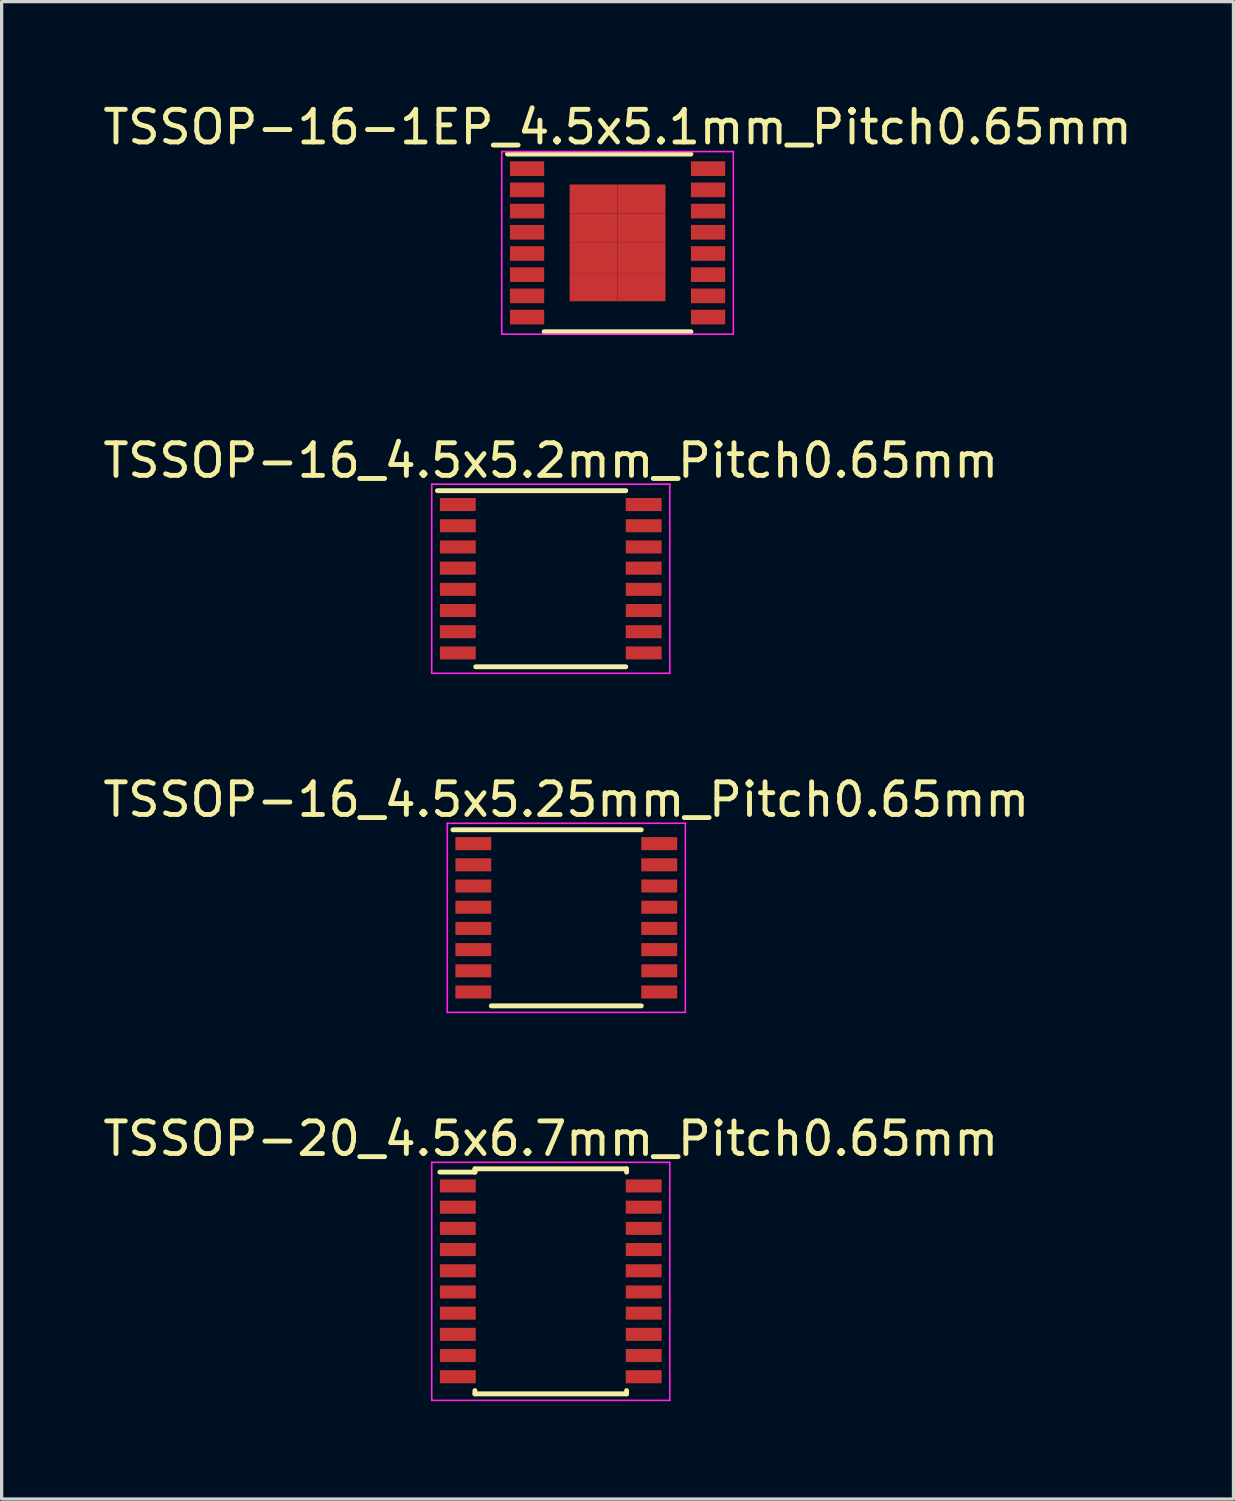
<source format=kicad_pcb>
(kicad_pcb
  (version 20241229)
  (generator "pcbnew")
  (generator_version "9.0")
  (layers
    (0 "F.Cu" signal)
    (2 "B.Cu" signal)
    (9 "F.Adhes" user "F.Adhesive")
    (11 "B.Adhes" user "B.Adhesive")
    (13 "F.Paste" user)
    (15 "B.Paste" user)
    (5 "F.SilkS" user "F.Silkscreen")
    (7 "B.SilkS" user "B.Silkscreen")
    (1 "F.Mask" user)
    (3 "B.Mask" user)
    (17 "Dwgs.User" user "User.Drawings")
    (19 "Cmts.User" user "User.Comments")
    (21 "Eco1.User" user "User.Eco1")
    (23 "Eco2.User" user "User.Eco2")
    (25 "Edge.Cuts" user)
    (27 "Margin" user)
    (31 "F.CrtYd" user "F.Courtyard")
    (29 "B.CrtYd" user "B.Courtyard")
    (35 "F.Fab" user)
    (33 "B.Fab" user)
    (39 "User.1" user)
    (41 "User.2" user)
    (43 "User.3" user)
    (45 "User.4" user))
  (footprint "TSSOP-20_4.5x6.7mm_Pitch0.65mm"
    (layer "F.Cu")
    (at 13.839 36.243)
    (property "Reference" "TSSOP-20_4.5x6.7mm_Pitch0.65mm" (at 0 -4.375 0) (layer "F.SilkS") (effects (font (size 1 1) (thickness 0.15))))
    (attr smd)
    (fp_line (start -2.325 -3.45) (end -2.325 -3.35) (stroke (width 0.15) (type solid)) (layer "F.SilkS"))
    (fp_line (start -2.325 -3.45) (end 2.325 -3.45) (stroke (width 0.15) (type solid)) (layer "F.SilkS"))
    (fp_line (start -2.325 -3.35) (end -3.4 -3.35) (stroke (width 0.15) (type solid)) (layer "F.SilkS"))
    (fp_line (start -2.325 3.45) (end -2.325 3.35) (stroke (width 0.15) (type solid)) (layer "F.SilkS"))
    (fp_line (start -2.325 3.45) (end 2.325 3.45) (stroke (width 0.15) (type solid)) (layer "F.SilkS"))
    (fp_line (start 2.325 -3.45) (end 2.325 -3.35) (stroke (width 0.15) (type solid)) (layer "F.SilkS"))
    (fp_line (start 2.325 3.45) (end 2.325 3.35) (stroke (width 0.15) (type solid)) (layer "F.SilkS"))
    (fp_line (start -3.65 -3.65) (end -3.65 3.65) (stroke (width 0.05) (type solid)) (layer "F.CrtYd"))
    (fp_line (start -3.65 -3.65) (end 3.65 -3.65) (stroke (width 0.05) (type solid)) (layer "F.CrtYd"))
    (fp_line (start -3.65 3.65) (end 3.65 3.65) (stroke (width 0.05) (type solid)) (layer "F.CrtYd"))
    (fp_line (start 3.65 -3.65) (end 3.65 3.65) (stroke (width 0.05) (type solid)) (layer "F.CrtYd"))
    (pad "1" smd rect (at -2.85 -2.925) (size 1.1 0.4) (layers "F.Cu" "F.Mask" "F.Paste"))
    (pad "2" smd rect (at -2.85 -2.275) (size 1.1 0.4) (layers "F.Cu" "F.Mask" "F.Paste"))
    (pad "3" smd rect (at -2.85 -1.625) (size 1.1 0.4) (layers "F.Cu" "F.Mask" "F.Paste"))
    (pad "4" smd rect (at -2.85 -0.975) (size 1.1 0.4) (layers "F.Cu" "F.Mask" "F.Paste"))
    (pad "5" smd rect (at -2.85 -0.325) (size 1.1 0.4) (layers "F.Cu" "F.Mask" "F.Paste"))
    (pad "6" smd rect (at -2.85 0.325) (size 1.1 0.4) (layers "F.Cu" "F.Mask" "F.Paste"))
    (pad "7" smd rect (at -2.85 0.975) (size 1.1 0.4) (layers "F.Cu" "F.Mask" "F.Paste"))
    (pad "8" smd rect (at -2.85 1.625) (size 1.1 0.4) (layers "F.Cu" "F.Mask" "F.Paste"))
    (pad "9" smd rect (at -2.85 2.275) (size 1.1 0.4) (layers "F.Cu" "F.Mask" "F.Paste"))
    (pad "10" smd rect (at -2.85 2.925) (size 1.1 0.4) (layers "F.Cu" "F.Mask" "F.Paste"))
    (pad "11" smd rect (at 2.85 2.925) (size 1.1 0.4) (layers "F.Cu" "F.Mask" "F.Paste"))
    (pad "12" smd rect (at 2.85 2.275) (size 1.1 0.4) (layers "F.Cu" "F.Mask" "F.Paste"))
    (pad "13" smd rect (at 2.85 1.625) (size 1.1 0.4) (layers "F.Cu" "F.Mask" "F.Paste"))
    (pad "14" smd rect (at 2.85 0.975) (size 1.1 0.4) (layers "F.Cu" "F.Mask" "F.Paste"))
    (pad "15" smd rect (at 2.85 0.325) (size 1.1 0.4) (layers "F.Cu" "F.Mask" "F.Paste"))
    (pad "16" smd rect (at 2.85 -0.325) (size 1.1 0.4) (layers "F.Cu" "F.Mask" "F.Paste"))
    (pad "17" smd rect (at 2.85 -0.975) (size 1.1 0.4) (layers "F.Cu" "F.Mask" "F.Paste"))
    (pad "18" smd rect (at 2.85 -1.625) (size 1.1 0.4) (layers "F.Cu" "F.Mask" "F.Paste"))
    (pad "19" smd rect (at 2.85 -2.275) (size 1.1 0.4) (layers "F.Cu" "F.Mask" "F.Paste"))
    (pad "20" smd rect (at 2.85 -2.925) (size 1.1 0.4) (layers "F.Cu" "F.Mask" "F.Paste")))
  (footprint "TSSOP-16_4.5x5.2mm_Pitch0.65mm"
    (layer "F.Cu")
    (at 13.839 14.697)
    (property "Reference" "TSSOP-16_4.5x5.2mm_Pitch0.65mm" (at 0 -3.625 0) (layer "F.SilkS") (effects (font (size 1 1) (thickness 0.15))))
    (attr smd)
    (fp_line (start -3.475 -2.7) (end 2.3 -2.7) (stroke (width 0.15) (type solid)) (layer "F.SilkS"))
    (fp_line (start -2.3 2.7) (end 2.3 2.7) (stroke (width 0.15) (type solid)) (layer "F.SilkS"))
    (fp_line (start -3.65 -2.9) (end -3.65 2.9) (stroke (width 0.05) (type solid)) (layer "F.CrtYd"))
    (fp_line (start -3.65 -2.9) (end 3.65 -2.9) (stroke (width 0.05) (type solid)) (layer "F.CrtYd"))
    (fp_line (start -3.65 2.9) (end 3.65 2.9) (stroke (width 0.05) (type solid)) (layer "F.CrtYd"))
    (fp_line (start 3.65 -2.9) (end 3.65 2.9) (stroke (width 0.05) (type solid)) (layer "F.CrtYd"))
    (pad "1" smd rect (at -2.85 -2.275) (size 1.1 0.4) (layers "F.Cu" "F.Mask" "F.Paste"))
    (pad "2" smd rect (at -2.85 -1.625) (size 1.1 0.4) (layers "F.Cu" "F.Mask" "F.Paste"))
    (pad "3" smd rect (at -2.85 -0.975) (size 1.1 0.4) (layers "F.Cu" "F.Mask" "F.Paste"))
    (pad "4" smd rect (at -2.85 -0.325) (size 1.1 0.4) (layers "F.Cu" "F.Mask" "F.Paste"))
    (pad "5" smd rect (at -2.85 0.325) (size 1.1 0.4) (layers "F.Cu" "F.Mask" "F.Paste"))
    (pad "6" smd rect (at -2.85 0.975) (size 1.1 0.4) (layers "F.Cu" "F.Mask" "F.Paste"))
    (pad "7" smd rect (at -2.85 1.625) (size 1.1 0.4) (layers "F.Cu" "F.Mask" "F.Paste"))
    (pad "8" smd rect (at -2.85 2.275) (size 1.1 0.4) (layers "F.Cu" "F.Mask" "F.Paste"))
    (pad "9" smd rect (at 2.85 2.275) (size 1.1 0.4) (layers "F.Cu" "F.Mask" "F.Paste"))
    (pad "10" smd rect (at 2.85 1.625) (size 1.1 0.4) (layers "F.Cu" "F.Mask" "F.Paste"))
    (pad "11" smd rect (at 2.85 0.975) (size 1.1 0.4) (layers "F.Cu" "F.Mask" "F.Paste"))
    (pad "12" smd rect (at 2.85 0.325) (size 1.1 0.4) (layers "F.Cu" "F.Mask" "F.Paste"))
    (pad "13" smd rect (at 2.85 -0.325) (size 1.1 0.4) (layers "F.Cu" "F.Mask" "F.Paste"))
    (pad "14" smd rect (at 2.85 -0.975) (size 1.1 0.4) (layers "F.Cu" "F.Mask" "F.Paste"))
    (pad "15" smd rect (at 2.85 -1.625) (size 1.1 0.4) (layers "F.Cu" "F.Mask" "F.Paste"))
    (pad "16" smd rect (at 2.85 -2.275) (size 1.1 0.4) (layers "F.Cu" "F.Mask" "F.Paste")))
  (footprint "TSSOP-16_4.5x5.25mm_Pitch0.65mm"
    (layer "F.Cu")
    (at 14.315 25.095)
    (property "Reference" "TSSOP-16_4.5x5.25mm_Pitch0.65mm" (at 0 -3.625 0) (layer "F.SilkS") (effects (font (size 1 1) (thickness 0.15))))
    (attr smd)
    (fp_line (start -3.475 -2.7) (end 2.3 -2.7) (stroke (width 0.15) (type solid)) (layer "F.SilkS"))
    (fp_line (start -2.3 2.7) (end 2.3 2.7) (stroke (width 0.15) (type solid)) (layer "F.SilkS"))
    (fp_line (start -3.65 -2.9) (end -3.65 2.9) (stroke (width 0.05) (type solid)) (layer "F.CrtYd"))
    (fp_line (start -3.65 -2.9) (end 3.65 -2.9) (stroke (width 0.05) (type solid)) (layer "F.CrtYd"))
    (fp_line (start -3.65 2.9) (end 3.65 2.9) (stroke (width 0.05) (type solid)) (layer "F.CrtYd"))
    (fp_line (start 3.65 -2.9) (end 3.65 2.9) (stroke (width 0.05) (type solid)) (layer "F.CrtYd"))
    (pad "1" smd rect (at -2.85 -2.275) (size 1.1 0.4) (layers "F.Cu" "F.Mask" "F.Paste"))
    (pad "2" smd rect (at -2.85 -1.625) (size 1.1 0.4) (layers "F.Cu" "F.Mask" "F.Paste"))
    (pad "3" smd rect (at -2.85 -0.975) (size 1.1 0.4) (layers "F.Cu" "F.Mask" "F.Paste"))
    (pad "4" smd rect (at -2.85 -0.325) (size 1.1 0.4) (layers "F.Cu" "F.Mask" "F.Paste"))
    (pad "5" smd rect (at -2.85 0.325) (size 1.1 0.4) (layers "F.Cu" "F.Mask" "F.Paste"))
    (pad "6" smd rect (at -2.85 0.975) (size 1.1 0.4) (layers "F.Cu" "F.Mask" "F.Paste"))
    (pad "7" smd rect (at -2.85 1.625) (size 1.1 0.4) (layers "F.Cu" "F.Mask" "F.Paste"))
    (pad "8" smd rect (at -2.85 2.275) (size 1.1 0.4) (layers "F.Cu" "F.Mask" "F.Paste"))
    (pad "9" smd rect (at 2.85 2.275) (size 1.1 0.4) (layers "F.Cu" "F.Mask" "F.Paste"))
    (pad "10" smd rect (at 2.85 1.625) (size 1.1 0.4) (layers "F.Cu" "F.Mask" "F.Paste"))
    (pad "11" smd rect (at 2.85 0.975) (size 1.1 0.4) (layers "F.Cu" "F.Mask" "F.Paste"))
    (pad "12" smd rect (at 2.85 0.325) (size 1.1 0.4) (layers "F.Cu" "F.Mask" "F.Paste"))
    (pad "13" smd rect (at 2.85 -0.325) (size 1.1 0.4) (layers "F.Cu" "F.Mask" "F.Paste"))
    (pad "14" smd rect (at 2.85 -0.975) (size 1.1 0.4) (layers "F.Cu" "F.Mask" "F.Paste"))
    (pad "15" smd rect (at 2.85 -1.625) (size 1.1 0.4) (layers "F.Cu" "F.Mask" "F.Paste"))
    (pad "16" smd rect (at 2.85 -2.275) (size 1.1 0.4) (layers "F.Cu" "F.Mask" "F.Paste")))
  (footprint "TSSOP-16-1EP_4.5x5.1mm_Pitch0.65mm"
    (layer "F.Cu")
    (at 15.887 4.398)
    (property "Reference" "TSSOP-16-1EP_4.5x5.1mm_Pitch0.65mm" (at 0 -3.55 0) (layer "F.SilkS") (effects (font (size 1 1) (thickness 0.15))))
    (attr smd)
    (fp_line (start -3.375 -2.725) (end 2.25 -2.725) (stroke (width 0.15) (type solid)) (layer "F.SilkS"))
    (fp_line (start -2.25 2.725) (end 2.25 2.725) (stroke (width 0.15) (type solid)) (layer "F.SilkS"))
    (fp_line (start -3.55 -2.8) (end -3.55 2.8) (stroke (width 0.05) (type solid)) (layer "F.CrtYd"))
    (fp_line (start -3.55 -2.8) (end 3.55 -2.8) (stroke (width 0.05) (type solid)) (layer "F.CrtYd"))
    (fp_line (start -3.55 2.8) (end 3.55 2.8) (stroke (width 0.05) (type solid)) (layer "F.CrtYd"))
    (fp_line (start 3.55 -2.8) (end 3.55 2.8) (stroke (width 0.05) (type solid)) (layer "F.CrtYd"))
    (pad "1" smd rect (at -2.775 -2.275) (size 1.05 0.45) (layers "F.Cu" "F.Mask" "F.Paste"))
    (pad "2" smd rect (at -2.775 -1.625) (size 1.05 0.45) (layers "F.Cu" "F.Mask" "F.Paste"))
    (pad "3" smd rect (at -2.775 -0.975) (size 1.05 0.45) (layers "F.Cu" "F.Mask" "F.Paste"))
    (pad "4" smd rect (at -2.775 -0.325) (size 1.05 0.45) (layers "F.Cu" "F.Mask" "F.Paste"))
    (pad "5" smd rect (at -2.775 0.325) (size 1.05 0.45) (layers "F.Cu" "F.Mask" "F.Paste"))
    (pad "6" smd rect (at -2.775 0.975) (size 1.05 0.45) (layers "F.Cu" "F.Mask" "F.Paste"))
    (pad "7" smd rect (at -2.775 1.625) (size 1.05 0.45) (layers "F.Cu" "F.Mask" "F.Paste"))
    (pad "8" smd rect (at -2.775 2.275) (size 1.05 0.45) (layers "F.Cu" "F.Mask" "F.Paste"))
    (pad "9" smd rect (at 2.775 2.275) (size 1.05 0.45) (layers "F.Cu" "F.Mask" "F.Paste"))
    (pad "10" smd rect (at 2.775 1.625) (size 1.05 0.45) (layers "F.Cu" "F.Mask" "F.Paste"))
    (pad "11" smd rect (at 2.775 0.975) (size 1.05 0.45) (layers "F.Cu" "F.Mask" "F.Paste"))
    (pad "12" smd rect (at 2.775 0.325) (size 1.05 0.45) (layers "F.Cu" "F.Mask" "F.Paste"))
    (pad "13" smd rect (at 2.775 -0.325) (size 1.05 0.45) (layers "F.Cu" "F.Mask" "F.Paste"))
    (pad "14" smd rect (at 2.775 -0.975) (size 1.05 0.45) (layers "F.Cu" "F.Mask" "F.Paste"))
    (pad "15" smd rect (at 2.775 -1.625) (size 1.05 0.45) (layers "F.Cu" "F.Mask" "F.Paste"))
    (pad "16" smd rect (at 2.775 -2.275) (size 1.05 0.45) (layers "F.Cu" "F.Mask" "F.Paste"))
    (pad "17" smd rect (at -0.735 -1.343) (size 1.47 0.895) (layers "F.Cu" "F.Mask" "F.Paste"))
    (pad "17" smd rect (at -0.735 -0.448) (size 1.47 0.895) (layers "F.Cu" "F.Mask" "F.Paste"))
    (pad "17" smd rect (at -0.735 0.448) (size 1.47 0.895) (layers "F.Cu" "F.Mask" "F.Paste"))
    (pad "17" smd rect (at -0.735 1.343) (size 1.47 0.895) (layers "F.Cu" "F.Mask" "F.Paste"))
    (pad "17" smd rect (at 0.735 -1.343) (size 1.47 0.895) (layers "F.Cu" "F.Mask" "F.Paste"))
    (pad "17" smd rect (at 0.735 -0.448) (size 1.47 0.895) (layers "F.Cu" "F.Mask" "F.Paste"))
    (pad "17" smd rect (at 0.735 0.448) (size 1.47 0.895) (layers "F.Cu" "F.Mask" "F.Paste"))
    (pad "17" smd rect (at 0.735 1.343) (size 1.47 0.895) (layers "F.Cu" "F.Mask" "F.Paste")))
  (gr_rect
    (start -3 -3)
    (end 34.774 42.918)
    (stroke (width 0.1) (type default))
    (fill no)
    (layer "Edge.Cuts")))
</source>
